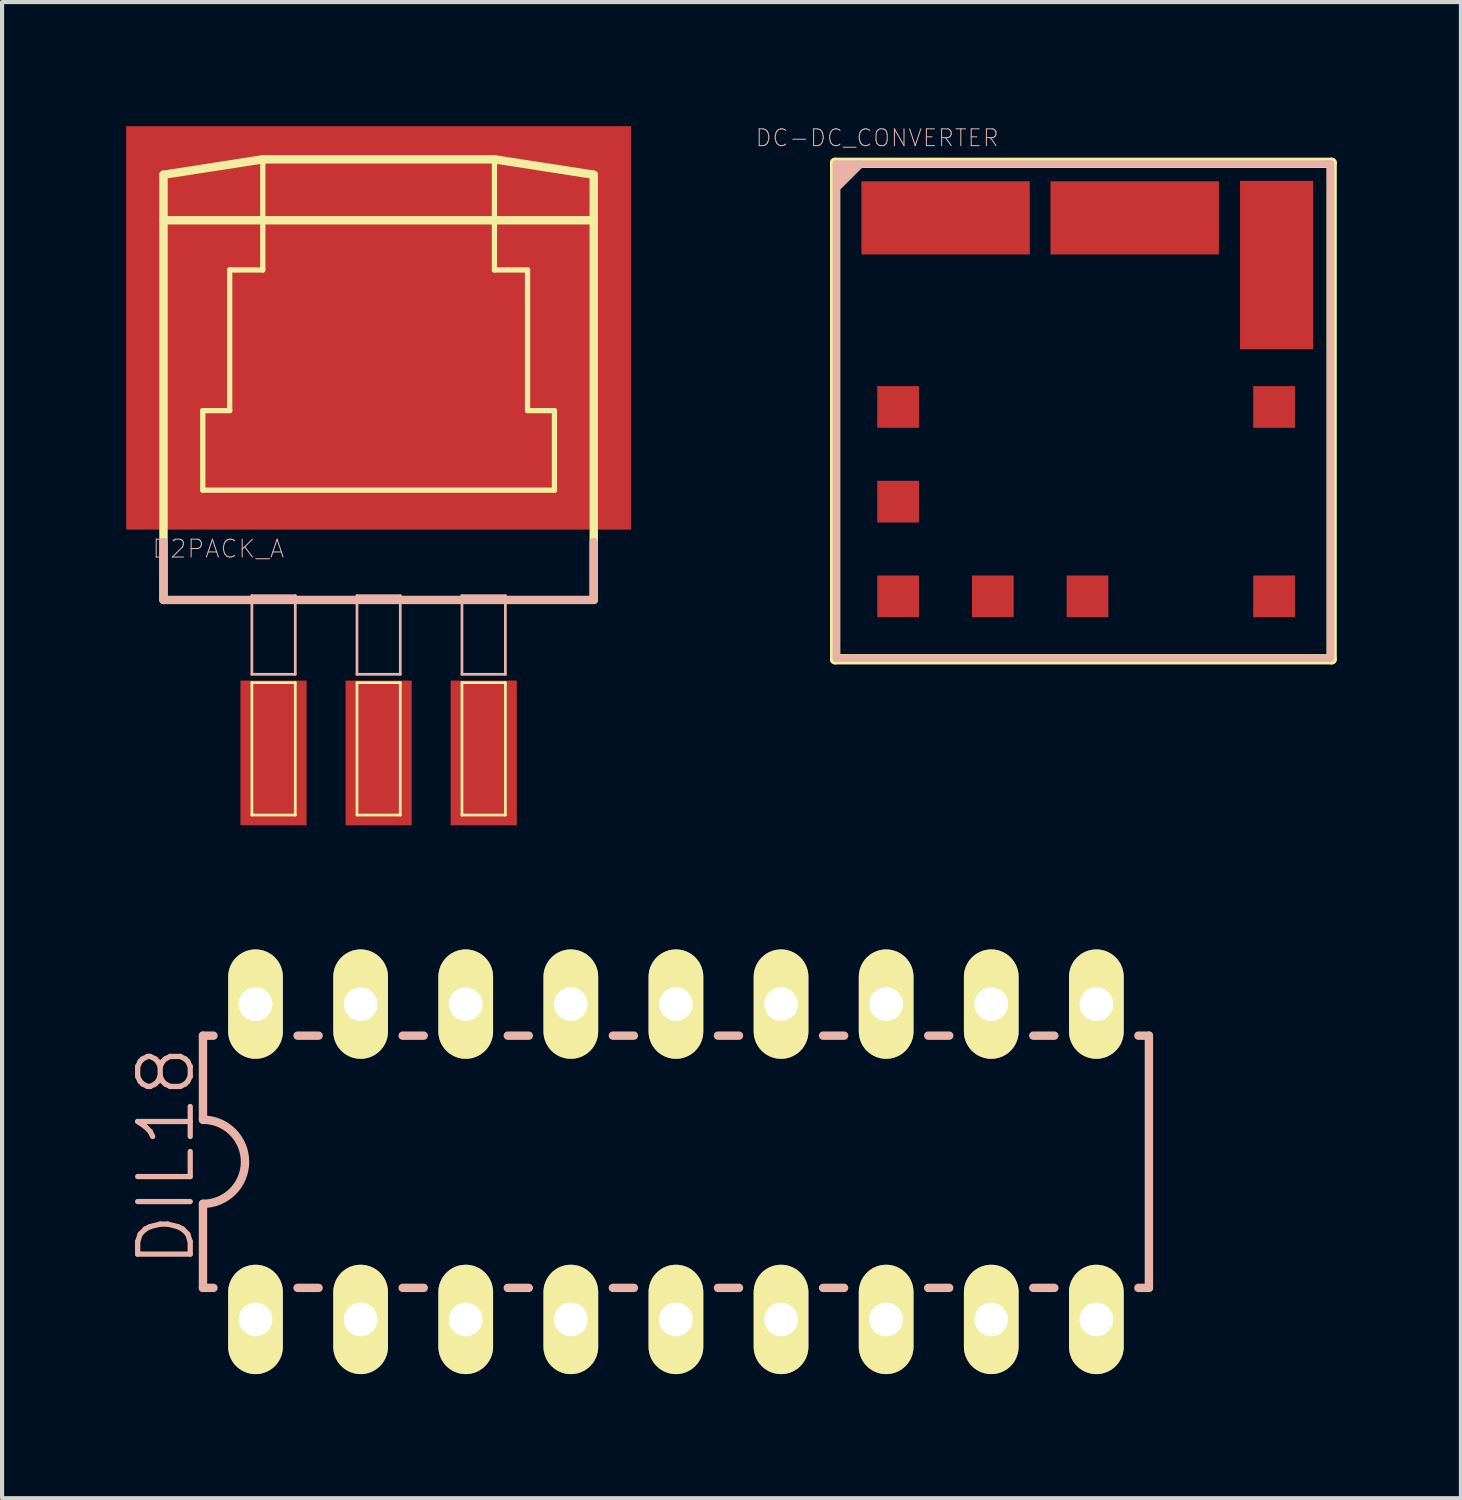
<source format=kicad_pcb>
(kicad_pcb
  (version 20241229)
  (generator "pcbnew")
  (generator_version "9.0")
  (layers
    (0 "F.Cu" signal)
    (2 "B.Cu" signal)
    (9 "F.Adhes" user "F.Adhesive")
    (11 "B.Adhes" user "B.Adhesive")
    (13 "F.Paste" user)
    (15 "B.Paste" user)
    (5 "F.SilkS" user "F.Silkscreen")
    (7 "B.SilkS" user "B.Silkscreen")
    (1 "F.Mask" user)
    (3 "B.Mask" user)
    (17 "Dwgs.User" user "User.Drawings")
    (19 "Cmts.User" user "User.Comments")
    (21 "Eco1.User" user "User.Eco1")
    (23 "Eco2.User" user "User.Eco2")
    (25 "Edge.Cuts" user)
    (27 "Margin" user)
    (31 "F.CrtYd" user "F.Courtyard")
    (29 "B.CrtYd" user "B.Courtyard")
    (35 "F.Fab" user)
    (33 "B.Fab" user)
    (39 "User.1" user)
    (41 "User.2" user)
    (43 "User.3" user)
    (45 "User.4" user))
  (footprint "DC-DC_CONVERTER"
    (layer "F.Cu")
    (at 23.132 6.884)
    (property "Reference" "DC-DC_CONVERTER" (at -4.983 -6.601 0) (layer "B.SilkS") (effects (font (size 0.406 0.406) (thickness 0.025))))
    (attr smd)
    (fp_line (start -5.999 -5.999) (end -5.999 5.999) (stroke (width 0.249) (type solid)) (layer "F.SilkS"))
    (fp_line (start -5.999 5.999) (end 5.999 5.999) (stroke (width 0.249) (type solid)) (layer "F.SilkS"))
    (fp_line (start 5.999 -5.999) (end -5.999 -5.999) (stroke (width 0.249) (type solid)) (layer "F.SilkS"))
    (fp_line (start 5.999 5.999) (end 5.999 -5.999) (stroke (width 0.249) (type solid)) (layer "F.SilkS"))
    (fp_line (start -5.972 -5.972) (end -5.972 5.972) (stroke (width 0.178) (type solid)) (layer "B.SilkS"))
    (fp_line (start -5.972 5.972) (end 5.972 5.972) (stroke (width 0.178) (type solid)) (layer "B.SilkS"))
    (fp_line (start -5.918 -5.69) (end -5.69 -5.918) (stroke (width 0.254) (type solid)) (layer "B.SilkS"))
    (fp_line (start -5.918 -5.436) (end -5.41 -5.944) (stroke (width 0.178) (type solid)) (layer "B.SilkS"))
    (fp_line (start 5.972 -5.972) (end -5.972 -5.972) (stroke (width 0.178) (type solid)) (layer "B.SilkS"))
    (fp_line (start 5.972 5.972) (end 5.972 -5.972) (stroke (width 0.178) (type solid)) (layer "B.SilkS"))
    (pad "1" smd rect (at -4.478 -0.099) (size 1.008 1.008) (layers "F.Cu" "F.Mask" "F.Paste"))
    (pad "2" smd rect (at -3.33 -4.669 90) (size 1.768 4.069) (layers "F.Cu" "F.Mask" "F.Paste"))
    (pad "3" smd rect (at 1.24 -4.669 90) (size 1.768 4.069) (layers "F.Cu" "F.Mask" "F.Paste"))
    (pad "4" smd rect (at 4.669 -3.528) (size 1.768 4.069) (layers "F.Cu" "F.Mask" "F.Paste"))
    (pad "5" smd rect (at 4.608 -0.099) (size 1.008 1.008) (layers "F.Cu" "F.Mask" "F.Paste"))
    (pad "6" smd rect (at 4.608 4.478) (size 1.008 1.008) (layers "F.Cu" "F.Mask" "F.Paste"))
    (pad "7" smd rect (at 0.099 4.478) (size 1.008 1.008) (layers "F.Cu" "F.Mask" "F.Paste"))
    (pad "8" smd rect (at -2.189 4.478) (size 1.008 1.008) (layers "F.Cu" "F.Mask" "F.Paste"))
    (pad "9" smd rect (at -4.478 4.478) (size 1.008 1.008) (layers "F.Cu" "F.Mask" "F.Paste"))
    (pad "10" smd rect (at -4.478 2.189) (size 1.008 1.008) (layers "F.Cu" "F.Mask" "F.Paste")))
  (footprint "DIL18"
    (layer "F.Cu")
    (at 13.285 25.026)
    (property "Reference" "DIL18" (at -12.319 -0.127 90) (layer "B.SilkS") (effects (font (size 1.27 1.27) (thickness 0.127))))
    (attr exclude_from_pos_files exclude_from_bom)
    (fp_line (start -11.43 -3.048) (end -11.43 -1.016) (stroke (width 0.203) (type solid)) (layer "B.SilkS"))
    (fp_line (start -11.43 -3.048) (end -11.176 -3.048) (stroke (width 0.203) (type solid)) (layer "B.SilkS"))
    (fp_line (start -11.43 3.048) (end -11.43 1.016) (stroke (width 0.203) (type solid)) (layer "B.SilkS"))
    (fp_line (start -11.43 3.048) (end -11.176 3.048) (stroke (width 0.203) (type solid)) (layer "B.SilkS"))
    (fp_line (start -9.144 -3.048) (end -8.636 -3.048) (stroke (width 0.203) (type solid)) (layer "B.SilkS"))
    (fp_line (start -9.144 3.048) (end -8.636 3.048) (stroke (width 0.203) (type solid)) (layer "B.SilkS"))
    (fp_line (start -6.604 -3.048) (end -6.096 -3.048) (stroke (width 0.203) (type solid)) (layer "B.SilkS"))
    (fp_line (start -6.604 3.048) (end -6.096 3.048) (stroke (width 0.203) (type solid)) (layer "B.SilkS"))
    (fp_line (start -4.064 -3.048) (end -3.556 -3.048) (stroke (width 0.203) (type solid)) (layer "B.SilkS"))
    (fp_line (start -4.064 3.048) (end -3.556 3.048) (stroke (width 0.203) (type solid)) (layer "B.SilkS"))
    (fp_line (start -1.524 -3.048) (end -1.016 -3.048) (stroke (width 0.203) (type solid)) (layer "B.SilkS"))
    (fp_line (start -1.524 3.048) (end -1.016 3.048) (stroke (width 0.203) (type solid)) (layer "B.SilkS"))
    (fp_line (start 1.016 -3.048) (end 1.524 -3.048) (stroke (width 0.203) (type solid)) (layer "B.SilkS"))
    (fp_line (start 1.016 3.048) (end 1.524 3.048) (stroke (width 0.203) (type solid)) (layer "B.SilkS"))
    (fp_line (start 3.556 -3.048) (end 4.064 -3.048) (stroke (width 0.203) (type solid)) (layer "B.SilkS"))
    (fp_line (start 3.556 3.048) (end 4.064 3.048) (stroke (width 0.203) (type solid)) (layer "B.SilkS"))
    (fp_line (start 6.096 -3.048) (end 6.604 -3.048) (stroke (width 0.203) (type solid)) (layer "B.SilkS"))
    (fp_line (start 6.096 3.048) (end 6.604 3.048) (stroke (width 0.203) (type solid)) (layer "B.SilkS"))
    (fp_line (start 8.636 -3.048) (end 9.144 -3.048) (stroke (width 0.203) (type solid)) (layer "B.SilkS"))
    (fp_line (start 8.636 3.048) (end 9.144 3.048) (stroke (width 0.203) (type solid)) (layer "B.SilkS"))
    (fp_line (start 11.43 -3.048) (end 11.176 -3.048) (stroke (width 0.203) (type solid)) (layer "B.SilkS"))
    (fp_line (start 11.43 -3.048) (end 11.43 3.048) (stroke (width 0.203) (type solid)) (layer "B.SilkS"))
    (fp_line (start 11.43 3.048) (end 11.176 3.048) (stroke (width 0.203) (type solid)) (layer "B.SilkS"))
    (fp_arc (start -11.43 -1.016) (mid -10.414 0) (end -11.43 1.016) (stroke (width 0.2032) (type solid)) (layer "B.SilkS"))
    (pad "1" thru_hole oval (at -10.16 3.81 180) (size 1.321 2.642) (drill 0.813) (layers "*.Cu" "F.Mask" "F.SilkS" "F.Paste"))
    (pad "2" thru_hole oval (at -7.62 3.81 180) (size 1.321 2.642) (drill 0.813) (layers "*.Cu" "F.Mask" "F.SilkS" "F.Paste"))
    (pad "3" thru_hole oval (at -5.08 3.81 180) (size 1.321 2.642) (drill 0.813) (layers "*.Cu" "F.Mask" "F.SilkS" "F.Paste"))
    (pad "4" thru_hole oval (at -2.54 3.81 180) (size 1.321 2.642) (drill 0.813) (layers "*.Cu" "F.Mask" "F.SilkS" "F.Paste"))
    (pad "5" thru_hole oval (at 0 3.81 180) (size 1.321 2.642) (drill 0.813) (layers "*.Cu" "F.Mask" "F.SilkS" "F.Paste"))
    (pad "6" thru_hole oval (at 2.54 3.81 180) (size 1.321 2.642) (drill 0.813) (layers "*.Cu" "F.Mask" "F.SilkS" "F.Paste"))
    (pad "7" thru_hole oval (at 5.08 3.81 180) (size 1.321 2.642) (drill 0.813) (layers "*.Cu" "F.Mask" "F.SilkS" "F.Paste"))
    (pad "8" thru_hole oval (at 7.62 3.81 180) (size 1.321 2.642) (drill 0.813) (layers "*.Cu" "F.Mask" "F.SilkS" "F.Paste"))
    (pad "9" thru_hole oval (at 10.16 3.81 180) (size 1.321 2.642) (drill 0.813) (layers "*.Cu" "F.Mask" "F.SilkS" "F.Paste"))
    (pad "10" thru_hole oval (at 10.16 -3.81 180) (size 1.321 2.642) (drill 0.813) (layers "*.Cu" "F.Mask" "F.SilkS" "F.Paste"))
    (pad "11" thru_hole oval (at 7.62 -3.81 180) (size 1.321 2.642) (drill 0.813) (layers "*.Cu" "F.Mask" "F.SilkS" "F.Paste"))
    (pad "12" thru_hole oval (at 5.08 -3.81 180) (size 1.321 2.642) (drill 0.813) (layers "*.Cu" "F.Mask" "F.SilkS" "F.Paste"))
    (pad "13" thru_hole oval (at 2.54 -3.81 180) (size 1.321 2.642) (drill 0.813) (layers "*.Cu" "F.Mask" "F.SilkS" "F.Paste"))
    (pad "14" thru_hole oval (at 0 -3.81 180) (size 1.321 2.642) (drill 0.813) (layers "*.Cu" "F.Mask" "F.SilkS" "F.Paste"))
    (pad "15" thru_hole oval (at -2.54 -3.81 180) (size 1.321 2.642) (drill 0.813) (layers "*.Cu" "F.Mask" "F.SilkS" "F.Paste"))
    (pad "16" thru_hole oval (at -5.08 -3.81 180) (size 1.321 2.642) (drill 0.813) (layers "*.Cu" "F.Mask" "F.SilkS" "F.Paste"))
    (pad "17" thru_hole oval (at -7.62 -3.81 180) (size 1.321 2.642) (drill 0.813) (layers "*.Cu" "F.Mask" "F.SilkS" "F.Paste"))
    (pad "18" thru_hole oval (at -10.16 -3.81 180) (size 1.321 2.642) (drill 0.813) (layers "*.Cu" "F.Mask" "F.SilkS" "F.Paste")))
  (footprint "D2PACK_A"
    (layer "F.Cu")
    (at 6.1 6.873)
    (property "Reference" "D2PACK_A" (at -3.873 3.34 0) (layer "B.SilkS") (effects (font (size 0.432 0.432) (thickness 0.025))))
    (attr smd)
    (fp_line (start -5.199 -5.7) (end -2.799 -6.073) (stroke (width 0.203) (type solid)) (layer "F.SilkS"))
    (fp_line (start -5.199 -4.6) (end -5.199 -5.7) (stroke (width 0.203) (type solid)) (layer "F.SilkS"))
    (fp_line (start -5.199 4.575) (end -5.199 -4.575) (stroke (width 0.203) (type solid)) (layer "F.SilkS"))
    (fp_line (start -4.249 0) (end -3.599 0) (stroke (width 0.127) (type solid)) (layer "F.SilkS"))
    (fp_line (start -4.249 1.923) (end -4.249 0) (stroke (width 0.127) (type solid)) (layer "F.SilkS"))
    (fp_line (start -3.599 -3.399) (end -2.799 -3.399) (stroke (width 0.127) (type solid)) (layer "F.SilkS"))
    (fp_line (start -3.599 0) (end -3.599 -3.399) (stroke (width 0.127) (type solid)) (layer "F.SilkS"))
    (fp_line (start -3.063 6.574) (end -2.014 6.574) (stroke (width 0.066) (type solid)) (layer "F.SilkS"))
    (fp_line (start -3.063 9.774) (end -3.063 6.574) (stroke (width 0.066) (type solid)) (layer "F.SilkS"))
    (fp_line (start -3.063 9.774) (end -2.014 9.774) (stroke (width 0.066) (type solid)) (layer "F.SilkS"))
    (fp_line (start -2.799 -6.073) (end 2.799 -6.073) (stroke (width 0.127) (type solid)) (layer "F.SilkS"))
    (fp_line (start -2.799 -6.073) (end 2.799 -6.073) (stroke (width 0.203) (type solid)) (layer "F.SilkS"))
    (fp_line (start -2.799 -3.399) (end -2.799 -6.073) (stroke (width 0.127) (type solid)) (layer "F.SilkS"))
    (fp_line (start -2.014 9.774) (end -2.014 6.574) (stroke (width 0.066) (type solid)) (layer "F.SilkS"))
    (fp_line (start -0.523 6.574) (end 0.523 6.574) (stroke (width 0.066) (type solid)) (layer "F.SilkS"))
    (fp_line (start -0.523 9.774) (end -0.523 6.574) (stroke (width 0.066) (type solid)) (layer "F.SilkS"))
    (fp_line (start -0.523 9.774) (end 0.523 9.774) (stroke (width 0.066) (type solid)) (layer "F.SilkS"))
    (fp_line (start 0.523 9.774) (end 0.523 6.574) (stroke (width 0.066) (type solid)) (layer "F.SilkS"))
    (fp_line (start 2.014 6.574) (end 3.063 6.574) (stroke (width 0.066) (type solid)) (layer "F.SilkS"))
    (fp_line (start 2.014 9.774) (end 2.014 6.574) (stroke (width 0.066) (type solid)) (layer "F.SilkS"))
    (fp_line (start 2.014 9.774) (end 3.063 9.774) (stroke (width 0.066) (type solid)) (layer "F.SilkS"))
    (fp_line (start 2.799 -6.073) (end 2.799 -3.399) (stroke (width 0.127) (type solid)) (layer "F.SilkS"))
    (fp_line (start 2.799 -6.073) (end 5.199 -5.7) (stroke (width 0.203) (type solid)) (layer "F.SilkS"))
    (fp_line (start 2.799 -3.399) (end 3.599 -3.399) (stroke (width 0.127) (type solid)) (layer "F.SilkS"))
    (fp_line (start 3.063 9.774) (end 3.063 6.574) (stroke (width 0.066) (type solid)) (layer "F.SilkS"))
    (fp_line (start 3.599 -3.399) (end 3.599 0) (stroke (width 0.127) (type solid)) (layer "F.SilkS"))
    (fp_line (start 3.599 0) (end 4.249 0) (stroke (width 0.127) (type solid)) (layer "F.SilkS"))
    (fp_line (start 4.249 0) (end 4.249 1.923) (stroke (width 0.127) (type solid)) (layer "F.SilkS"))
    (fp_line (start 4.249 1.923) (end -4.249 1.923) (stroke (width 0.127) (type solid)) (layer "F.SilkS"))
    (fp_line (start 5.199 -5.7) (end 5.199 -4.6) (stroke (width 0.203) (type solid)) (layer "F.SilkS"))
    (fp_line (start 5.199 -4.6) (end -5.199 -4.6) (stroke (width 0.203) (type solid)) (layer "F.SilkS"))
    (fp_line (start 5.199 -4.575) (end 5.199 4.575) (stroke (width 0.203) (type solid)) (layer "F.SilkS"))
    (fp_line (start -5.199 4.575) (end -5.199 3.175) (stroke (width 0.203) (type solid)) (layer "B.SilkS"))
    (fp_line (start -3.063 4.473) (end -2.014 4.473) (stroke (width 0.066) (type solid)) (layer "B.SilkS"))
    (fp_line (start -3.063 6.373) (end -3.063 4.473) (stroke (width 0.066) (type solid)) (layer "B.SilkS"))
    (fp_line (start -3.063 6.373) (end -2.014 6.373) (stroke (width 0.066) (type solid)) (layer "B.SilkS"))
    (fp_line (start -2.014 6.373) (end -2.014 4.473) (stroke (width 0.066) (type solid)) (layer "B.SilkS"))
    (fp_line (start -0.523 4.473) (end 0.523 4.473) (stroke (width 0.066) (type solid)) (layer "B.SilkS"))
    (fp_line (start -0.523 6.373) (end -0.523 4.473) (stroke (width 0.066) (type solid)) (layer "B.SilkS"))
    (fp_line (start -0.523 6.373) (end 0.523 6.373) (stroke (width 0.066) (type solid)) (layer "B.SilkS"))
    (fp_line (start 0.523 6.373) (end 0.523 4.473) (stroke (width 0.066) (type solid)) (layer "B.SilkS"))
    (fp_line (start 2.014 4.473) (end 3.063 4.473) (stroke (width 0.066) (type solid)) (layer "B.SilkS"))
    (fp_line (start 2.014 6.373) (end 2.014 4.473) (stroke (width 0.066) (type solid)) (layer "B.SilkS"))
    (fp_line (start 2.014 6.373) (end 3.063 6.373) (stroke (width 0.066) (type solid)) (layer "B.SilkS"))
    (fp_line (start 3.063 6.373) (end 3.063 4.473) (stroke (width 0.066) (type solid)) (layer "B.SilkS"))
    (fp_line (start 5.199 4.575) (end -5.199 4.575) (stroke (width 0.203) (type solid)) (layer "B.SilkS"))
    (fp_line (start 5.199 4.575) (end 5.199 3.175) (stroke (width 0.203) (type solid)) (layer "B.SilkS"))
    (pad "1" smd rect (at -2.54 8.273) (size 1.598 3.498) (layers "F.Cu" "F.Mask" "F.Paste"))
    (pad "2" smd rect (at 0 8.273) (size 1.598 3.498) (layers "F.Cu" "F.Mask" "F.Paste"))
    (pad "3" smd rect (at 2.54 8.273) (size 1.598 3.498) (layers "F.Cu" "F.Mask" "F.Paste"))
    (pad "TAB" smd rect (at 0 -1.999) (size 12.2 9.749) (layers "F.Cu" "F.Mask" "F.Paste")))
  (gr_rect
    (start -3 -3)
    (end 32.256 33.156)
    (stroke (width 0.1) (type default))
    (fill no)
    (layer "Edge.Cuts")))
</source>
